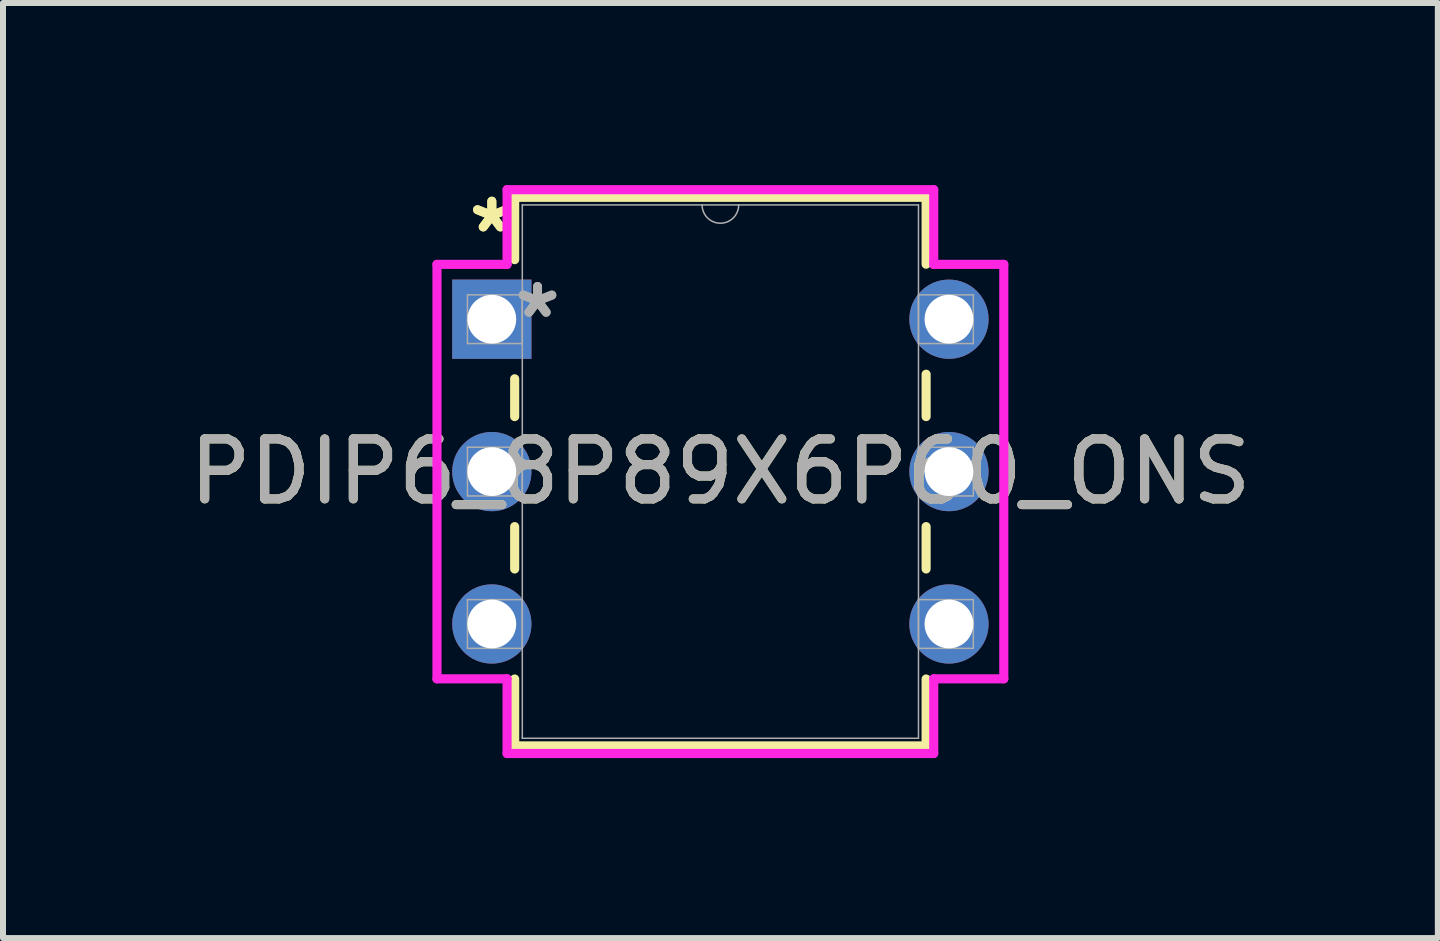
<source format=kicad_pcb>
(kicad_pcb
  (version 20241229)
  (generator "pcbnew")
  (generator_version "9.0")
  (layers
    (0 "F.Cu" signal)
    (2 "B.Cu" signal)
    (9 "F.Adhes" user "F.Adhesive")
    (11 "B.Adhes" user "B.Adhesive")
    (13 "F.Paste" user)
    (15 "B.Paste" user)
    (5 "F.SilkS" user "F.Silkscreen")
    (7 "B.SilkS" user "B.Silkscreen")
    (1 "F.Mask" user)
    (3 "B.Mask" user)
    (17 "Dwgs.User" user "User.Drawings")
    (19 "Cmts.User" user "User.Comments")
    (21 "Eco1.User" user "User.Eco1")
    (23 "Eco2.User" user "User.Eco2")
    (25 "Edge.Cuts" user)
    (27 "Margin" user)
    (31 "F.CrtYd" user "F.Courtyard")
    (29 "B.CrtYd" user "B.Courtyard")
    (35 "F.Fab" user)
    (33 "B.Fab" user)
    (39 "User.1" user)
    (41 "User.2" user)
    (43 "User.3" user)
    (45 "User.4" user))
  (footprint "PDIP6_8P89X6P60_ONS"
    (layer "F.Cu")
    (at 5.148 2.271)
    (property "Reference" "PDIP6_8P89X6P60_ONS" (at 3.81 2.54 0) (unlocked yes) (layer "F.SilkS") (effects (font (size 1 1) (thickness 0.15))))
    (attr through_hole)
    (fp_line (start 0.381 -2.032) (end 0.381 -0.993) (stroke (width 0.152) (type solid)) (layer "F.SilkS"))
    (fp_line (start 0.381 0.993) (end 0.381 1.623) (stroke (width 0.152) (type solid)) (layer "F.SilkS"))
    (fp_line (start 0.381 3.457) (end 0.381 4.163) (stroke (width 0.152) (type solid)) (layer "F.SilkS"))
    (fp_line (start 0.381 5.997) (end 0.381 7.112) (stroke (width 0.152) (type solid)) (layer "F.SilkS"))
    (fp_line (start 0.381 7.112) (end 7.239 7.112) (stroke (width 0.152) (type solid)) (layer "F.SilkS"))
    (fp_line (start 7.239 -2.032) (end 0.381 -2.032) (stroke (width 0.152) (type solid)) (layer "F.SilkS"))
    (fp_line (start 7.239 -0.917) (end 7.239 -2.032) (stroke (width 0.152) (type solid)) (layer "F.SilkS"))
    (fp_line (start 7.239 1.623) (end 7.239 0.917) (stroke (width 0.152) (type solid)) (layer "F.SilkS"))
    (fp_line (start 7.239 4.163) (end 7.239 3.457) (stroke (width 0.152) (type solid)) (layer "F.SilkS"))
    (fp_line (start 7.239 7.112) (end 7.239 5.997) (stroke (width 0.152) (type solid)) (layer "F.SilkS"))
    (fp_line (start -0.914 -0.914) (end 0.254 -0.914) (stroke (width 0.152) (type solid)) (layer "F.CrtYd"))
    (fp_line (start -0.914 5.994) (end -0.914 -0.914) (stroke (width 0.152) (type solid)) (layer "F.CrtYd"))
    (fp_line (start 0.254 -2.159) (end 7.366 -2.159) (stroke (width 0.152) (type solid)) (layer "F.CrtYd"))
    (fp_line (start 0.254 -0.914) (end 0.254 -2.159) (stroke (width 0.152) (type solid)) (layer "F.CrtYd"))
    (fp_line (start 0.254 5.994) (end -0.914 5.994) (stroke (width 0.152) (type solid)) (layer "F.CrtYd"))
    (fp_line (start 0.254 7.239) (end 0.254 5.994) (stroke (width 0.152) (type solid)) (layer "F.CrtYd"))
    (fp_line (start 7.366 -2.159) (end 7.366 -0.914) (stroke (width 0.152) (type solid)) (layer "F.CrtYd"))
    (fp_line (start 7.366 5.994) (end 7.366 7.239) (stroke (width 0.152) (type solid)) (layer "F.CrtYd"))
    (fp_line (start 7.366 7.239) (end 0.254 7.239) (stroke (width 0.152) (type solid)) (layer "F.CrtYd"))
    (fp_line (start 8.534 -0.914) (end 7.366 -0.914) (stroke (width 0.152) (type solid)) (layer "F.CrtYd"))
    (fp_line (start 8.534 -0.914) (end 8.534 5.994) (stroke (width 0.152) (type solid)) (layer "F.CrtYd"))
    (fp_line (start 8.534 5.994) (end 7.366 5.994) (stroke (width 0.152) (type solid)) (layer "F.CrtYd"))
    (fp_line (start -0.406 -0.406) (end -0.406 0.406) (stroke (width 0.025) (type solid)) (layer "F.Fab"))
    (fp_line (start -0.406 0.406) (end 0.508 0.406) (stroke (width 0.025) (type solid)) (layer "F.Fab"))
    (fp_line (start -0.406 2.134) (end -0.406 2.946) (stroke (width 0.025) (type solid)) (layer "F.Fab"))
    (fp_line (start -0.406 2.946) (end 0.508 2.946) (stroke (width 0.025) (type solid)) (layer "F.Fab"))
    (fp_line (start -0.406 4.674) (end -0.406 5.486) (stroke (width 0.025) (type solid)) (layer "F.Fab"))
    (fp_line (start -0.406 5.486) (end 0.508 5.486) (stroke (width 0.025) (type solid)) (layer "F.Fab"))
    (fp_line (start 0.508 -1.905) (end 0.508 6.985) (stroke (width 0.025) (type solid)) (layer "F.Fab"))
    (fp_line (start 0.508 -0.406) (end -0.406 -0.406) (stroke (width 0.025) (type solid)) (layer "F.Fab"))
    (fp_line (start 0.508 0.406) (end 0.508 -0.406) (stroke (width 0.025) (type solid)) (layer "F.Fab"))
    (fp_line (start 0.508 2.134) (end -0.406 2.134) (stroke (width 0.025) (type solid)) (layer "F.Fab"))
    (fp_line (start 0.508 2.946) (end 0.508 2.134) (stroke (width 0.025) (type solid)) (layer "F.Fab"))
    (fp_line (start 0.508 4.674) (end -0.406 4.674) (stroke (width 0.025) (type solid)) (layer "F.Fab"))
    (fp_line (start 0.508 5.486) (end 0.508 4.674) (stroke (width 0.025) (type solid)) (layer "F.Fab"))
    (fp_line (start 0.508 6.985) (end 7.112 6.985) (stroke (width 0.025) (type solid)) (layer "F.Fab"))
    (fp_line (start 7.112 -1.905) (end 0.508 -1.905) (stroke (width 0.025) (type solid)) (layer "F.Fab"))
    (fp_line (start 7.112 -0.406) (end 7.112 0.406) (stroke (width 0.025) (type solid)) (layer "F.Fab"))
    (fp_line (start 7.112 0.406) (end 8.026 0.406) (stroke (width 0.025) (type solid)) (layer "F.Fab"))
    (fp_line (start 7.112 2.134) (end 7.112 2.946) (stroke (width 0.025) (type solid)) (layer "F.Fab"))
    (fp_line (start 7.112 2.946) (end 8.026 2.946) (stroke (width 0.025) (type solid)) (layer "F.Fab"))
    (fp_line (start 7.112 4.674) (end 7.112 5.486) (stroke (width 0.025) (type solid)) (layer "F.Fab"))
    (fp_line (start 7.112 5.486) (end 8.026 5.486) (stroke (width 0.025) (type solid)) (layer "F.Fab"))
    (fp_line (start 7.112 6.985) (end 7.112 -1.905) (stroke (width 0.025) (type solid)) (layer "F.Fab"))
    (fp_line (start 8.026 -0.406) (end 7.112 -0.406) (stroke (width 0.025) (type solid)) (layer "F.Fab"))
    (fp_line (start 8.026 0.406) (end 8.026 -0.406) (stroke (width 0.025) (type solid)) (layer "F.Fab"))
    (fp_line (start 8.026 2.134) (end 7.112 2.134) (stroke (width 0.025) (type solid)) (layer "F.Fab"))
    (fp_line (start 8.026 2.946) (end 8.026 2.134) (stroke (width 0.025) (type solid)) (layer "F.Fab"))
    (fp_line (start 8.026 4.674) (end 7.112 4.674) (stroke (width 0.025) (type solid)) (layer "F.Fab"))
    (fp_line (start 8.026 5.486) (end 8.026 4.674) (stroke (width 0.025) (type solid)) (layer "F.Fab"))
    (fp_arc (start 4.1148 -1.905) (mid 3.81 -1.6002) (end 3.5052 -1.905) (stroke (width 0.0254) (type solid)) (layer "F.Fab"))
    (fp_text user "*" (at 0 -1.422 0) (layer "F.SilkS") (effects (font (size 1 1) (thickness 0.15))))
    (fp_text user "*" (at 0 -1.422 0) (unlocked yes) (layer "F.SilkS") (effects (font (size 1 1) (thickness 0.15))))
    (fp_text user "${REFERENCE}" (at 3.81 2.54 0) (unlocked yes) (layer "F.Fab") (effects (font (size 1 1) (thickness 0.15))))
    (fp_text user "*" (at 0.762 0 0) (layer "F.Fab") (effects (font (size 1 1) (thickness 0.15))))
    (fp_text user "*" (at 0.762 0 0) (unlocked yes) (layer "F.Fab") (effects (font (size 1 1) (thickness 0.15))))
    (pad "1" thru_hole rect (at 0 0) (size 1.321 1.321) (drill 0.813) (layers "*.Cu" "*.Mask"))
    (pad "2" thru_hole circle (at 0 2.54) (size 1.321 1.321) (drill 0.813) (layers "*.Cu" "*.Mask"))
    (pad "3" thru_hole circle (at 0 5.08) (size 1.321 1.321) (drill 0.813) (layers "*.Cu" "*.Mask"))
    (pad "4" thru_hole circle (at 7.62 5.08) (size 1.321 1.321) (drill 0.813) (layers "*.Cu" "*.Mask"))
    (pad "5" thru_hole circle (at 7.62 2.54) (size 1.321 1.321) (drill 0.813) (layers "*.Cu" "*.Mask"))
    (pad "6" thru_hole circle (at 7.62 0) (size 1.321 1.321) (drill 0.813) (layers "*.Cu" "*.Mask")))
  (gr_rect
    (start -3 -3)
    (end 20.917 12.586)
    (stroke (width 0.1) (type default))
    (fill no)
    (layer "Edge.Cuts")))
</source>
